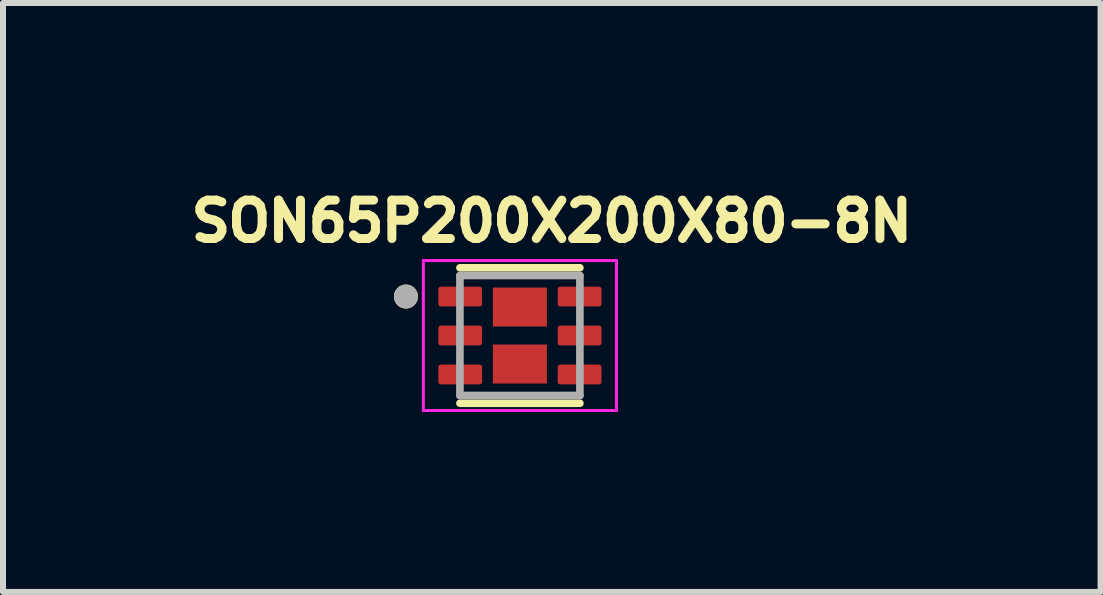
<source format=kicad_pcb>
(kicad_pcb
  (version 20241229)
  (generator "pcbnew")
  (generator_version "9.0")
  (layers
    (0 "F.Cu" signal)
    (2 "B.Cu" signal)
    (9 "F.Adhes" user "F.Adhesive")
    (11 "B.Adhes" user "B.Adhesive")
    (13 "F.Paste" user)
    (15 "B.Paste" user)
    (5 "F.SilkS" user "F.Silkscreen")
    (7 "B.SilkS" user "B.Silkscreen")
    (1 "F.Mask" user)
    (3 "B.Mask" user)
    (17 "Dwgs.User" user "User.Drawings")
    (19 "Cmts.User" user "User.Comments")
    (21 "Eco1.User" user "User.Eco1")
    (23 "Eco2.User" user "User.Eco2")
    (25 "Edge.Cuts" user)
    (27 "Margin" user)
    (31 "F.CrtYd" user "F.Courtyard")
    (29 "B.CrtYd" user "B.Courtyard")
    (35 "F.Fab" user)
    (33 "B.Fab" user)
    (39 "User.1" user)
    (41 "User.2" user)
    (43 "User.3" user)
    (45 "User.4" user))
  (footprint "SON65P200X200X80-8N"
    (layer "F.Cu")
    (at 5.618 2.544)
    (property "Reference" "SON65P200X200X80-8N" (at 0.532 -1.906 0) (layer "F.SilkS") (effects (font (size 0.64 0.64) (thickness 0.15))))
    (attr smd)
    (fp_line (start -1 -1.129) (end 1 -1.129) (stroke (width 0.127) (type solid)) (layer "F.SilkS"))
    (fp_line (start -1 1.129) (end 1 1.129) (stroke (width 0.127) (type solid)) (layer "F.SilkS"))
    (fp_circle (center -1.9 -0.65) (end -1.8 -0.65) (stroke (width 0.2) (type solid)) (fill no) (layer "F.SilkS"))
    (fp_poly (pts (xy -0.285 -0.68) (xy 0.285 -0.68) (xy 0.285 -0.27) (xy -0.285 -0.27)) (stroke (width 0.01) (type solid)) (fill yes) (layer "F.Paste"))
    (fp_poly (pts (xy -0.285 0.27) (xy 0.285 0.27) (xy 0.285 0.68) (xy -0.285 0.68)) (stroke (width 0.01) (type solid)) (fill yes) (layer "F.Paste"))
    (fp_line (start -1.61 -1.25) (end -1.61 1.25) (stroke (width 0.05) (type solid)) (layer "F.CrtYd"))
    (fp_line (start -1.61 1.25) (end 1.61 1.25) (stroke (width 0.05) (type solid)) (layer "F.CrtYd"))
    (fp_line (start 1.61 -1.25) (end -1.61 -1.25) (stroke (width 0.05) (type solid)) (layer "F.CrtYd"))
    (fp_line (start 1.61 1.25) (end 1.61 -1.25) (stroke (width 0.05) (type solid)) (layer "F.CrtYd"))
    (fp_line (start -1 -1) (end -1 1) (stroke (width 0.127) (type solid)) (layer "F.Fab"))
    (fp_line (start -1 1) (end 1 1) (stroke (width 0.127) (type solid)) (layer "F.Fab"))
    (fp_line (start 1 -1) (end -1 -1) (stroke (width 0.127) (type solid)) (layer "F.Fab"))
    (fp_line (start 1 1) (end 1 -1) (stroke (width 0.127) (type solid)) (layer "F.Fab"))
    (fp_circle (center -1.9 -0.65) (end -1.8 -0.65) (stroke (width 0.2) (type solid)) (fill no) (layer "F.Fab"))
    (pad "1" smd roundrect (at -0.995 -0.65) (size 0.73 0.33) (layers "F.Cu" "F.Mask" "F.Paste") (roundrect_rratio 0.125))
    (pad "2" smd roundrect (at -0.995 0) (size 0.73 0.33) (layers "F.Cu" "F.Mask" "F.Paste") (roundrect_rratio 0.125))
    (pad "3" smd roundrect (at -0.995 0.65) (size 0.73 0.33) (layers "F.Cu" "F.Mask" "F.Paste") (roundrect_rratio 0.125))
    (pad "4" smd roundrect (at 0.995 0.65) (size 0.73 0.33) (layers "F.Cu" "F.Mask" "F.Paste") (roundrect_rratio 0.125))
    (pad "5" smd roundrect (at 0.995 0) (size 0.73 0.33) (layers "F.Cu" "F.Mask" "F.Paste") (roundrect_rratio 0.125))
    (pad "6" smd roundrect (at 0.995 -0.65) (size 0.73 0.33) (layers "F.Cu" "F.Mask" "F.Paste") (roundrect_rratio 0.125))
    (pad "7" smd rect (at 0 -0.475) (size 0.9 0.65) (layers "F.Cu" "F.Mask"))
    (pad "8" smd rect (at 0 0.475) (size 0.9 0.65) (layers "F.Cu" "F.Mask")))
  (gr_rect
    (start -3 -3)
    (end 15.299 6.819)
    (stroke (width 0.1) (type default))
    (fill no)
    (layer "Edge.Cuts")))
</source>
